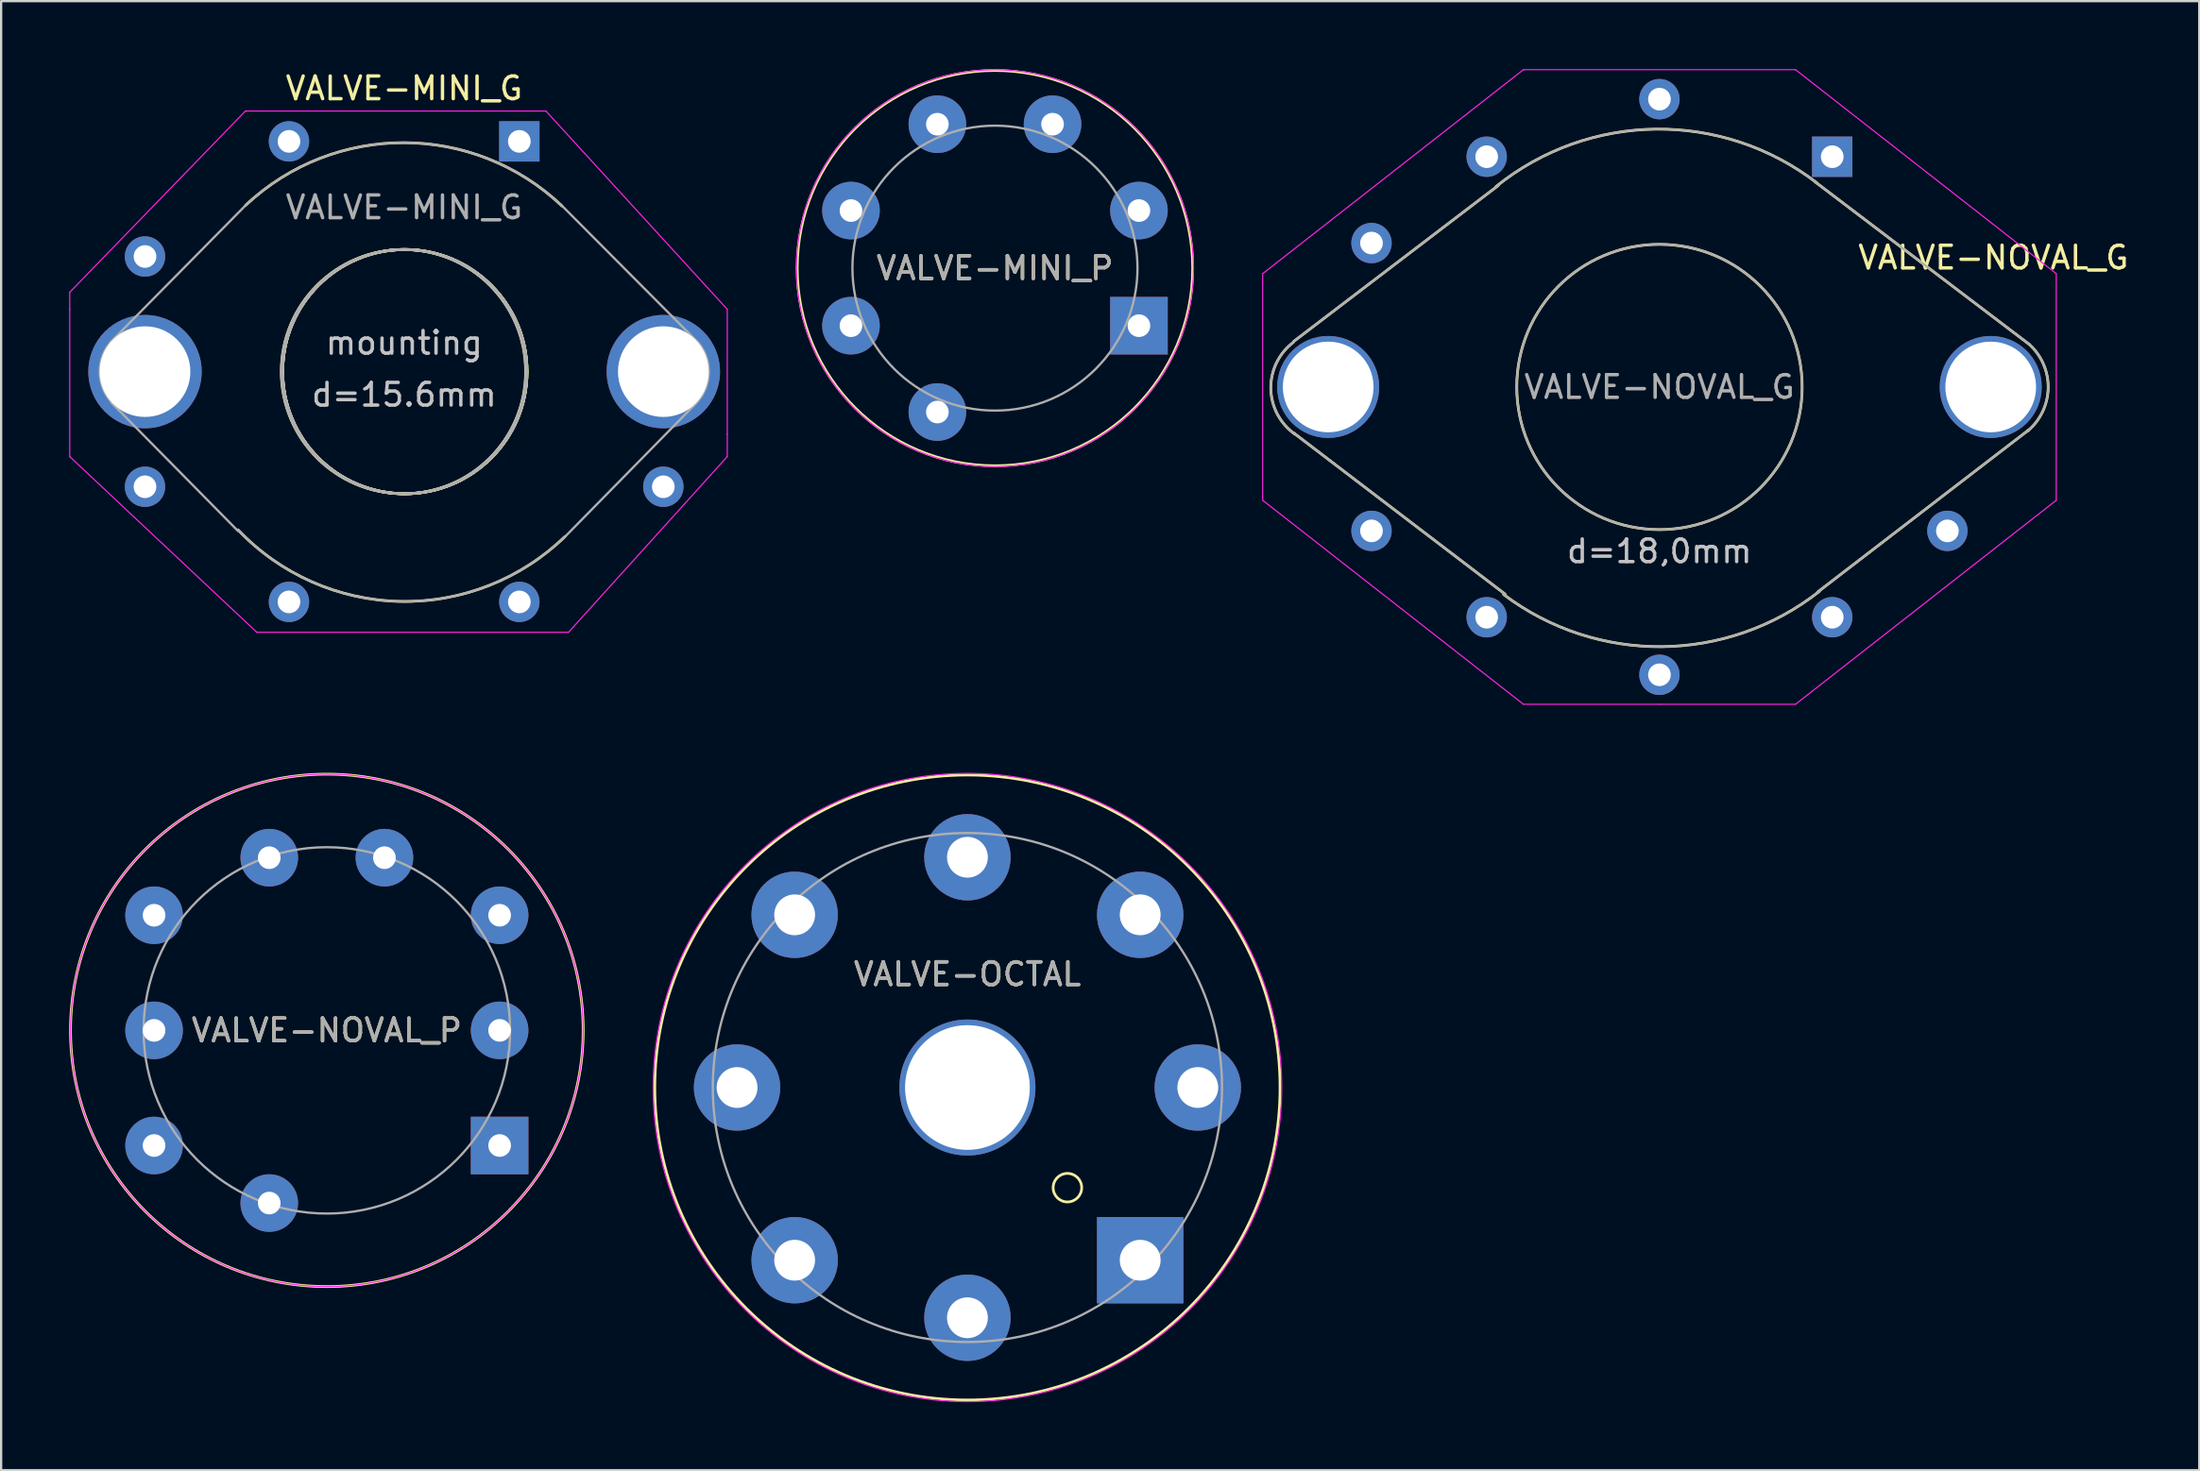
<source format=kicad_pcb>
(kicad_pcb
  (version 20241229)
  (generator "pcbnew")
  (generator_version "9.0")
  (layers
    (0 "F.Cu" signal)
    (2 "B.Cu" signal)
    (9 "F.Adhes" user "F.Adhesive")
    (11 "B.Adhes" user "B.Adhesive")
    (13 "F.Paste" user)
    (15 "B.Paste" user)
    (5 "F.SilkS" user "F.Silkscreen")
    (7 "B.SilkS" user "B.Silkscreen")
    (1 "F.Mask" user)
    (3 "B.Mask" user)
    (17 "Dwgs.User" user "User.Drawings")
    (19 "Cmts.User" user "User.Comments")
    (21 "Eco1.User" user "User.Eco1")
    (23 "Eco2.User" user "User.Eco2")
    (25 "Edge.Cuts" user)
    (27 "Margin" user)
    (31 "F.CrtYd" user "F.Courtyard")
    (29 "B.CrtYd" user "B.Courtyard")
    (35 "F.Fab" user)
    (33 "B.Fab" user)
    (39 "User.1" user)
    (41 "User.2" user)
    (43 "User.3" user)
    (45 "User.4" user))
  (footprint "VALVE-NOVAL_G"
    (layer "F.Cu")
    (at 77.758 3.865)
    (property "Reference" "VALVE-NOVAL_G" (at 7.11 4.45 0) (layer "F.SilkS") (effects (font (size 1 1) (thickness 0.15))))
    (attr through_hole)
    (fp_line (start -23.75 8.15) (end -14.73 1.27) (stroke (width 0.12) (type solid)) (layer "F.SilkS"))
    (fp_line (start -23.75 12.19) (end -14.43 19.3) (stroke (width 0.12) (type solid)) (layer "F.SilkS"))
    (fp_line (start 8.66 12.06) (end -0.63 19.2) (stroke (width 0.12) (type solid)) (layer "F.SilkS"))
    (fp_line (start 8.69 8.28) (end -0.74 1.12) (stroke (width 0.12) (type solid)) (layer "F.SilkS"))
    (fp_arc (start -23.7 12.24) (mid -24.76061 10.23284) (end -23.769096 8.190664) (stroke (width 0.12) (type solid)) (layer "F.SilkS"))
    (fp_arc (start -14.83 1.32) (mid -7.774859 -1.216675) (end -0.665972 1.16523) (stroke (width 0.12) (type solid)) (layer "F.SilkS"))
    (fp_arc (start -0.57 19.18) (mid -7.50736 21.618362) (end -14.491513 19.317453) (stroke (width 0.12) (type solid)) (layer "F.SilkS"))
    (fp_arc (start 8.69 8.28) (mid 9.524064 10.214038) (end 8.60831 12.110762) (stroke (width 0.12) (type solid)) (layer "F.SilkS"))
    (fp_circle (center -7.62 10.16) (end -12.07 14.61) (stroke (width 0.12) (type solid)) (fill no) (layer "F.SilkS"))
    (fp_line (start -25.12 5.16) (end -13.62 -3.84) (stroke (width 0.05) (type solid)) (layer "F.CrtYd"))
    (fp_line (start -25.12 15.16) (end -25.12 5.16) (stroke (width 0.05) (type solid)) (layer "F.CrtYd"))
    (fp_line (start -13.62 -3.84) (end -1.62 -3.84) (stroke (width 0.05) (type solid)) (layer "F.CrtYd"))
    (fp_line (start -13.62 24.16) (end -25.12 15.16) (stroke (width 0.05) (type solid)) (layer "F.CrtYd"))
    (fp_line (start -7.62 24.16) (end -13.62 24.16) (stroke (width 0.05) (type solid)) (layer "F.CrtYd"))
    (fp_line (start -1.62 -3.84) (end 9.88 5.16) (stroke (width 0.05) (type solid)) (layer "F.CrtYd"))
    (fp_line (start -1.62 24.16) (end -7.62 24.16) (stroke (width 0.05) (type solid)) (layer "F.CrtYd"))
    (fp_line (start 9.88 5.16) (end 9.88 15.16) (stroke (width 0.05) (type solid)) (layer "F.CrtYd"))
    (fp_line (start 9.88 15.16) (end -1.62 24.16) (stroke (width 0.05) (type solid)) (layer "F.CrtYd"))
    (fp_line (start -23.75 8.15) (end -14.73 1.27) (stroke (width 0.1) (type solid)) (layer "F.Fab"))
    (fp_line (start -23.75 12.19) (end -14.43 19.3) (stroke (width 0.1) (type solid)) (layer "F.Fab"))
    (fp_line (start 8.66 12.06) (end -0.63 19.2) (stroke (width 0.1) (type solid)) (layer "F.Fab"))
    (fp_line (start 8.69 8.28) (end -0.74 1.12) (stroke (width 0.1) (type solid)) (layer "F.Fab"))
    (fp_arc (start -23.7 12.24) (mid -24.76061 10.23284) (end -23.769096 8.190664) (stroke (width 0.1) (type solid)) (layer "F.Fab"))
    (fp_arc (start -14.83 1.32) (mid -7.774859 -1.216675) (end -0.665972 1.16523) (stroke (width 0.1) (type solid)) (layer "F.Fab"))
    (fp_arc (start -0.57 19.18) (mid -7.50736 21.618362) (end -14.491513 19.317453) (stroke (width 0.1) (type solid)) (layer "F.Fab"))
    (fp_arc (start 8.69 8.28) (mid 9.524064 10.214038) (end 8.60831 12.110762) (stroke (width 0.1) (type solid)) (layer "F.Fab"))
    (fp_circle (center -7.62 10.16) (end -12.07 14.61) (stroke (width 0.1) (type solid)) (fill no) (layer "F.Fab"))
    (fp_text user "d=18,0mm" (at -7.62 17.41 0) (layer "Dwgs.User") (effects (font (size 1 1) (thickness 0.15))))
    (fp_text user "${REFERENCE}" (at -7.62 10.16 0) (layer "F.Fab") (effects (font (size 1 1) (thickness 0.15))))
    (pad "" thru_hole circle (at 6.99 10.16) (size 4.5 4.5) (drill 4) (layers "*.Cu" "*.Mask"))
    (pad "1" thru_hole rect (at 0 0) (size 1.78 1.78) (drill 1) (layers "*.Cu" "*.Mask"))
    (pad "2" thru_hole circle (at -22.23 10.16) (size 4.5 4.5) (drill 4) (layers "*.Cu" "*.Mask"))
    (pad "2" thru_hole circle (at -7.62 -2.54) (size 1.78 1.78) (drill 1) (layers "*.Cu" "*.Mask"))
    (pad "3" thru_hole circle (at -15.24 0) (size 1.78 1.78) (drill 1) (layers "*.Cu" "*.Mask"))
    (pad "4" thru_hole circle (at -20.32 3.81) (size 1.78 1.78) (drill 1) (layers "*.Cu" "*.Mask"))
    (pad "5" thru_hole circle (at -20.32 16.51) (size 1.78 1.78) (drill 1) (layers "*.Cu" "*.Mask"))
    (pad "6" thru_hole circle (at -15.24 20.32) (size 1.78 1.78) (drill 1) (layers "*.Cu" "*.Mask"))
    (pad "7" thru_hole circle (at -7.62 22.86) (size 1.78 1.78) (drill 1) (layers "*.Cu" "*.Mask"))
    (pad "8" thru_hole circle (at 0 20.32) (size 1.78 1.78) (drill 1) (layers "*.Cu" "*.Mask"))
    (pad "9" thru_hole circle (at 5.08 16.51) (size 1.78 1.78) (drill 1) (layers "*.Cu" "*.Mask")))
  (footprint "VALVE-NOVAL_P"
    (layer "F.Cu")
    (at 18.985 47.495)
    (property "Reference" "VALVE-NOVAL_P" (at -7.62 -5.08 0) (layer "F.SilkS") (effects (font (size 1 1) (thickness 0.15))))
    (attr through_hole)
    (fp_circle (center -7.62 -5.08) (end 1.63 1.42) (stroke (width 0.12) (type solid)) (fill no) (layer "F.SilkS"))
    (fp_circle (center -7.62 -5.08) (end 1.63 1.42) (stroke (width 0.05) (type solid)) (fill no) (layer "F.CrtYd"))
    (fp_circle (center -7.62 -5.08) (end -13.34 0.63) (stroke (width 0.1) (type solid)) (fill no) (layer "F.Fab"))
    (fp_text user "${REFERENCE}" (at -7.62 -5.08 0) (layer "F.Fab") (effects (font (size 1 1) (thickness 0.15))))
    (pad "1" thru_hole rect (at 0 0) (size 2.54 2.54) (drill 1) (layers "*.Cu" "*.Mask"))
    (pad "2" thru_hole circle (at 0 -5.08) (size 2.54 2.54) (drill 1) (layers "*.Cu" "*.Mask"))
    (pad "3" thru_hole circle (at 0 -10.16) (size 2.54 2.54) (drill 1) (layers "*.Cu" "*.Mask"))
    (pad "4" thru_hole circle (at -5.08 -12.7) (size 2.54 2.54) (drill 1) (layers "*.Cu" "*.Mask"))
    (pad "5" thru_hole circle (at -10.16 -12.7) (size 2.54 2.54) (drill 1) (layers "*.Cu" "*.Mask"))
    (pad "6" thru_hole circle (at -15.24 -10.16) (size 2.54 2.54) (drill 1) (layers "*.Cu" "*.Mask"))
    (pad "7" thru_hole circle (at -15.24 -5.08) (size 2.54 2.54) (drill 1) (layers "*.Cu" "*.Mask"))
    (pad "8" thru_hole circle (at -15.24 0) (size 2.54 2.54) (drill 1) (layers "*.Cu" "*.Mask"))
    (pad "9" thru_hole circle (at -10.16 2.54) (size 2.54 2.54) (drill 1) (layers "*.Cu" "*.Mask")))
  (footprint "VALVE-OCTAL"
    (layer "F.Cu")
    (at 47.237 52.556)
    (property "Reference" "VALVE-OCTAL" (at -7.62 -12.62 0) (layer "F.SilkS") (effects (font (size 1 1) (thickness 0.15))))
    (attr through_hole)
    (fp_circle (center -7.62 -7.62) (end 2.13 2.13) (stroke (width 0.12) (type solid)) (fill no) (layer "F.SilkS"))
    (fp_circle (center -3.21 -3.2) (end -2.77 -2.75) (stroke (width 0.12) (type solid)) (fill no) (layer "F.SilkS"))
    (fp_circle (center -7.62 -7.62) (end 3.13 1.13) (stroke (width 0.05) (type solid)) (fill no) (layer "F.CrtYd"))
    (fp_circle (center -7.62 -7.62) (end -15.56 0.32) (stroke (width 0.1) (type solid)) (fill no) (layer "F.Fab"))
    (fp_text user "${REFERENCE}" (at -7.62 -12.62 0) (layer "F.Fab") (effects (font (size 1 1) (thickness 0.15))))
    (pad "" thru_hole circle (at -7.62 -7.62) (size 6 6) (drill 5.5) (layers "*.Cu" "*.Mask"))
    (pad "1" thru_hole rect (at 0 0) (size 3.81 3.81) (drill 1.8) (layers "*.Cu" "*.Mask"))
    (pad "2" thru_hole circle (at 2.54 -7.62) (size 3.81 3.81) (drill 1.8) (layers "*.Cu" "*.Mask"))
    (pad "3" thru_hole circle (at 0 -15.24) (size 3.81 3.81) (drill 1.8) (layers "*.Cu" "*.Mask"))
    (pad "4" thru_hole circle (at -7.62 -17.78) (size 3.81 3.81) (drill 1.8) (layers "*.Cu" "*.Mask"))
    (pad "5" thru_hole circle (at -15.24 -15.24) (size 3.81 3.81) (drill 1.8) (layers "*.Cu" "*.Mask"))
    (pad "6" thru_hole circle (at -17.78 -7.62) (size 3.81 3.81) (drill 1.8) (layers "*.Cu" "*.Mask"))
    (pad "7" thru_hole circle (at -15.24 0) (size 3.81 3.81) (drill 1.8) (layers "*.Cu" "*.Mask"))
    (pad "8" thru_hole circle (at -7.62 2.54) (size 3.81 3.81) (drill 1.8) (layers "*.Cu" "*.Mask")))
  (footprint "VALVE-MINI_P"
    (layer "F.Cu")
    (at 47.181 11.321)
    (property "Reference" "VALVE-MINI_P" (at -6.35 -2.54 0) (layer "F.SilkS") (effects (font (size 1 1) (thickness 0.15))))
    (attr through_hole)
    (fp_circle (center -6.35 -2.54) (end 1.4 1.46) (stroke (width 0.12) (type solid)) (fill no) (layer "F.SilkS"))
    (fp_circle (center -6.35 -2.54) (end -6.6 6.21) (stroke (width 0.05) (type solid)) (fill no) (layer "F.CrtYd"))
    (fp_circle (center -6.35 -2.54) (end -10.79 1.91) (stroke (width 0.1) (type solid)) (fill no) (layer "F.Fab"))
    (fp_text user "${REFERENCE}" (at -6.35 -2.54 0) (layer "F.Fab") (effects (font (size 1 1) (thickness 0.15))))
    (pad "1" thru_hole rect (at 0 0) (size 2.54 2.54) (drill 1) (layers "*.Cu" "*.Mask"))
    (pad "2" thru_hole circle (at 0 -5.08) (size 2.54 2.54) (drill 1) (layers "*.Cu" "*.Mask"))
    (pad "3" thru_hole circle (at -3.81 -8.89) (size 2.54 2.54) (drill 1) (layers "*.Cu" "*.Mask"))
    (pad "4" thru_hole circle (at -8.89 -8.89) (size 2.54 2.54) (drill 1) (layers "*.Cu" "*.Mask"))
    (pad "5" thru_hole circle (at -12.7 -5.08) (size 2.54 2.54) (drill 1) (layers "*.Cu" "*.Mask"))
    (pad "6" thru_hole circle (at -12.7 0) (size 2.54 2.54) (drill 1) (layers "*.Cu" "*.Mask"))
    (pad "7" thru_hole circle (at -8.89 3.81) (size 2.54 2.54) (drill 1) (layers "*.Cu" "*.Mask")))
  (footprint "VALVE-MINI_G"
    (layer "F.Cu")
    (at 19.855 3.188)
    (property "Reference" "VALVE-MINI_G" (at -5.08 -2.34 0) (layer "F.SilkS") (effects (font (size 1 1) (thickness 0.15))))
    (attr through_hole)
    (fp_arc (start -12.07 2.82) (mid -5.089383 0.058484) (end 1.87996 2.848331) (stroke (width 0.12) (type solid)) (layer "F.SilkS"))
    (fp_arc (start 2.01 17.44) (mid -5.258654 20.298958) (end -12.403532 17.143378) (stroke (width 0.12) (type solid)) (layer "F.SilkS"))
    (fp_circle (center -5.11 10.16) (end -8.92 13.97) (stroke (width 0.12) (type solid)) (fill no) (layer "F.SilkS"))
    (fp_circle (center -5.05 10.16) (end -1.24 13.97) (stroke (width 0.12) (type solid)) (fill no) (layer "F.SilkS"))
    (fp_circle (center -5.05 10.16) (end -1.24 13.97) (stroke (width 0.12) (type solid)) (fill no) (layer "F.SilkS"))
    (fp_circle (center -5.05 10.16) (end -1.24 13.97) (stroke (width 0.12) (type solid)) (fill no) (layer "F.SilkS"))
    (fp_line (start -19.83 6.66) (end -12.08 -1.34) (stroke (width 0.05) (type solid)) (layer "F.CrtYd"))
    (fp_line (start -19.83 7.41) (end -19.83 6.66) (stroke (width 0.05) (type solid)) (layer "F.CrtYd"))
    (fp_line (start -19.83 13.91) (end -19.83 7.41) (stroke (width 0.05) (type solid)) (layer "F.CrtYd"))
    (fp_line (start -12.08 -1.34) (end -11.33 -1.34) (stroke (width 0.05) (type solid)) (layer "F.CrtYd"))
    (fp_line (start -11.58 21.66) (end -19.83 13.91) (stroke (width 0.05) (type solid)) (layer "F.CrtYd"))
    (fp_line (start -11.33 -1.34) (end 1.17 -1.34) (stroke (width 0.05) (type solid)) (layer "F.CrtYd"))
    (fp_line (start 1.17 -1.34) (end 9.17 7.41) (stroke (width 0.05) (type solid)) (layer "F.CrtYd"))
    (fp_line (start 2.17 21.66) (end -11.58 21.66) (stroke (width 0.05) (type solid)) (layer "F.CrtYd"))
    (fp_line (start 9.17 7.41) (end 9.17 12.91) (stroke (width 0.05) (type solid)) (layer "F.CrtYd"))
    (fp_line (start 9.17 12.91) (end 9.17 13.91) (stroke (width 0.05) (type solid)) (layer "F.CrtYd"))
    (fp_line (start 9.17 13.91) (end 2.17 21.66) (stroke (width 0.05) (type solid)) (layer "F.CrtYd"))
    (fp_line (start -18.01 8.84) (end -12.07 2.82) (stroke (width 0.1) (type solid)) (layer "F.Fab"))
    (fp_line (start -18.01 11.51) (end -12.4 17.2) (stroke (width 0.1) (type solid)) (layer "F.Fab"))
    (fp_line (start 1.91 2.87) (end 7.9 8.89) (stroke (width 0.1) (type solid)) (layer "F.Fab"))
    (fp_line (start 7.82 11.53) (end 1.91 17.55) (stroke (width 0.1) (type solid)) (layer "F.Fab"))
    (fp_arc (start -17.98 11.51) (mid -18.505731 10.181365) (end -18.008564 8.84178) (stroke (width 0.1) (type solid)) (layer "F.Fab"))
    (fp_arc (start -12.07 2.82) (mid -5.089383 0.058484) (end 1.87996 2.848331) (stroke (width 0.1) (type solid)) (layer "F.Fab"))
    (fp_arc (start 2.01 17.44) (mid -5.258654 20.298958) (end -12.403532 17.143378) (stroke (width 0.1) (type solid)) (layer "F.Fab"))
    (fp_arc (start 7.9 8.89) (mid 8.351984 10.246371) (end 7.784862 11.558775) (stroke (width 0.1) (type solid)) (layer "F.Fab"))
    (fp_circle (center -5.11 10.16) (end -8.92 13.97) (stroke (width 0.1) (type solid)) (fill no) (layer "F.Fab"))
    (fp_circle (center -5.05 10.16) (end -1.24 13.97) (stroke (width 0.1) (type solid)) (fill no) (layer "F.Fab"))
    (fp_circle (center -5.05 10.16) (end -1.24 13.97) (stroke (width 0.1) (type solid)) (fill no) (layer "F.Fab"))
    (fp_circle (center -5.05 10.16) (end -1.24 13.97) (stroke (width 0.1) (type solid)) (fill no) (layer "F.Fab"))
    (fp_text user "mounting" (at -5.08 8.89 0) (layer "Dwgs.User") (effects (font (size 1 1) (thickness 0.15))))
    (fp_text user "d=15.6mm" (at -5.08 11.18 0) (layer "Dwgs.User") (effects (font (size 1 1) (thickness 0.15))))
    (fp_text user "${REFERENCE}" (at -5.08 2.91 0) (layer "F.Fab") (effects (font (size 1 1) (thickness 0.15))))
    (pad "" thru_hole circle (at -16.51 10.16) (size 5 5) (drill 4) (layers "*.Cu" "*.Mask"))
    (pad "" thru_hole circle (at 6.35 10.16) (size 5 5) (drill 4) (layers "*.Cu" "*.Mask"))
    (pad "1" thru_hole rect (at 0 0) (size 1.78 1.78) (drill 1) (layers "*.Cu" "*.Mask"))
    (pad "2" thru_hole circle (at -10.16 0) (size 1.78 1.78) (drill 1) (layers "*.Cu" "*.Mask"))
    (pad "3" thru_hole circle (at -16.51 5.08) (size 1.78 1.78) (drill 1) (layers "*.Cu" "*.Mask"))
    (pad "4" thru_hole circle (at -16.51 15.24) (size 1.78 1.78) (drill 1) (layers "*.Cu" "*.Mask"))
    (pad "5" thru_hole circle (at -10.16 20.32) (size 1.78 1.78) (drill 1) (layers "*.Cu" "*.Mask"))
    (pad "6" thru_hole circle (at 0 20.32) (size 1.78 1.78) (drill 1) (layers "*.Cu" "*.Mask"))
    (pad "7" thru_hole circle (at 6.35 15.24) (size 1.78 1.78) (drill 1) (layers "*.Cu" "*.Mask")))
  (gr_rect
    (start -3 -3)
    (end 93.945 61.822)
    (stroke (width 0.1) (type default))
    (fill no)
    (layer "Edge.Cuts")))
</source>
